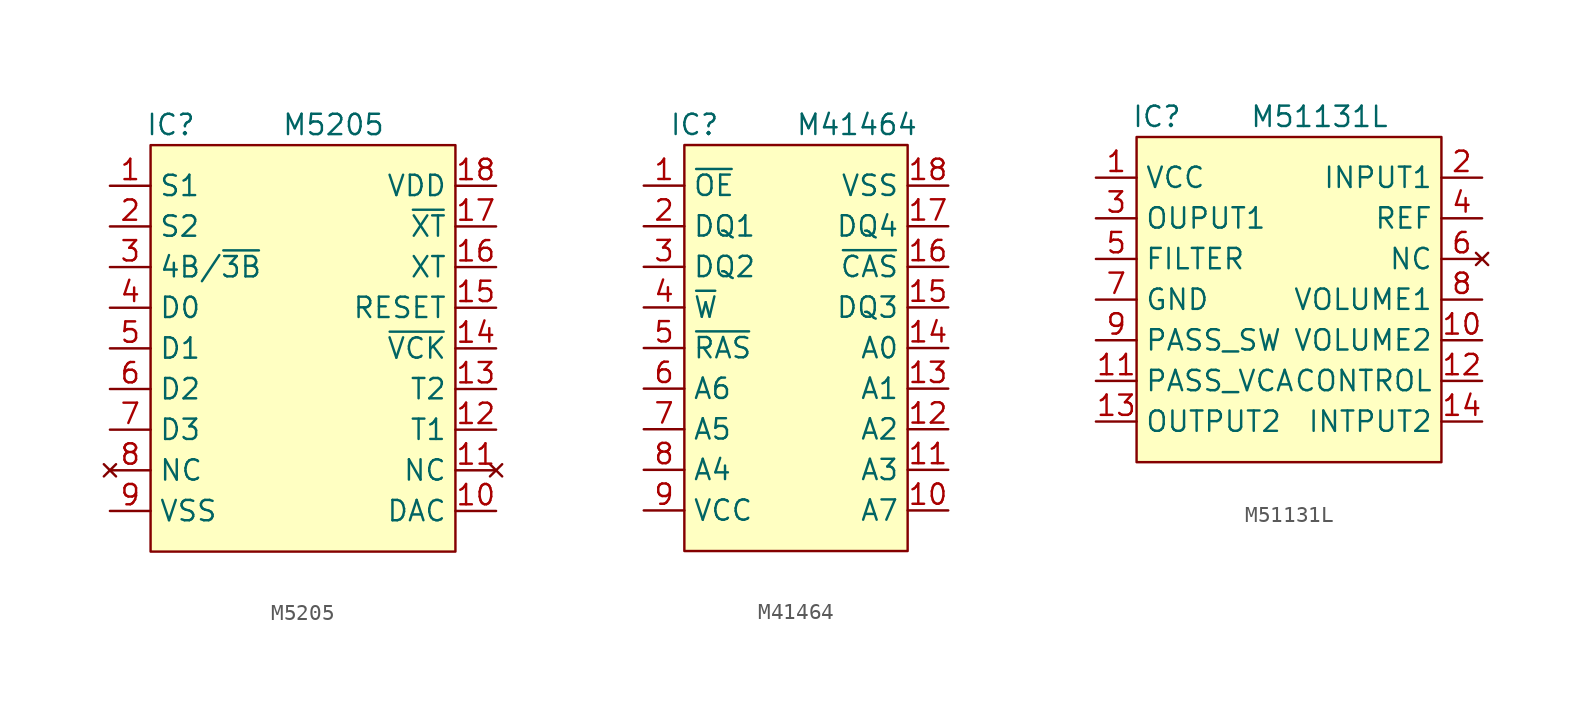
<source format=kicad_sym>
(kicad_symbol_lib
  (version 20241209)
  (generator "kicad_symbol_editor")
  (generator_version "9.0")
  (symbol "M5205"
    (property "Reference" "IC"
      (at 1.27 3.81 0)
      (effects (font (size 1.27 1.27))))
    (property "Value" "M5205"
      (at 11.43 3.81 0)
      (effects (font (size 1.27 1.27))))
    (symbol "M5205_0_1"
      (rectangle (start 19.05 2.54) (end 0 -22.86) (stroke (width 0.152) (type default)) (fill (type background))))
    (symbol "M5205_1_1"
      (pin passive line (at -2.54 0 0) (length 2.54) (name "S1" (effects (font (size 1.27 1.27)))) (number "1" (effects (font (size 1.27 1.27)))))
      (pin passive line (at -2.54 -2.54 0) (length 2.54) (name "S2" (effects (font (size 1.27 1.27)))) (number "2" (effects (font (size 1.27 1.27)))))
      (pin passive line (at -2.54 -5.08 0) (length 2.54) (name "4B/~{3B}" (effects (font (size 1.27 1.27)))) (number "3" (effects (font (size 1.27 1.27)))))
      (pin input line (at -2.54 -7.62 0) (length 2.54) (name "D0" (effects (font (size 1.27 1.27)))) (number "4" (effects (font (size 1.27 1.27)))))
      (pin input line (at -2.54 -10.16 0) (length 2.54) (name "D1" (effects (font (size 1.27 1.27)))) (number "5" (effects (font (size 1.27 1.27)))))
      (pin input line (at -2.54 -12.7 0) (length 2.54) (name "D2" (effects (font (size 1.27 1.27)))) (number "6" (effects (font (size 1.27 1.27)))))
      (pin input line (at -2.54 -15.24 0) (length 2.54) (name "D3" (effects (font (size 1.27 1.27)))) (number "7" (effects (font (size 1.27 1.27)))))
      (pin no_connect line (at -2.54 -17.78 0) (length 2.54) (name "NC" (effects (font (size 1.27 1.27)))) (number "8" (effects (font (size 1.27 1.27)))))
      (pin power_in line (at -2.54 -20.32 0) (length 2.54) (name "VSS" (effects (font (size 1.27 1.27)))) (number "9" (effects (font (size 1.27 1.27)))))
      (pin power_in line (at 21.59 0 180) (length 2.54) (name "VDD" (effects (font (size 1.27 1.27)))) (number "18" (effects (font (size 1.27 1.27)))))
      (pin passive line (at 21.59 -2.54 180) (length 2.54) (name "~{XT}" (effects (font (size 1.27 1.27)))) (number "17" (effects (font (size 1.27 1.27)))))
      (pin passive line (at 21.59 -5.08 180) (length 2.54) (name "XT" (effects (font (size 1.27 1.27)))) (number "16" (effects (font (size 1.27 1.27)))))
      (pin passive line (at 21.59 -7.62 180) (length 2.54) (name "RESET" (effects (font (size 1.27 1.27)))) (number "15" (effects (font (size 1.27 1.27)))))
      (pin passive line (at 21.59 -10.16 180) (length 2.54) (name "~{VCK}" (effects (font (size 1.27 1.27)))) (number "14" (effects (font (size 1.27 1.27)))))
      (pin passive line (at 21.59 -12.7 180) (length 2.54) (name "T2" (effects (font (size 1.27 1.27)))) (number "13" (effects (font (size 1.27 1.27)))))
      (pin passive line (at 21.59 -15.24 180) (length 2.54) (name "T1" (effects (font (size 1.27 1.27)))) (number "12" (effects (font (size 1.27 1.27)))))
      (pin no_connect line (at 21.59 -17.78 180) (length 2.54) (name "NC" (effects (font (size 1.27 1.27)))) (number "11" (effects (font (size 1.27 1.27)))))
      (pin passive line (at 21.59 -20.32 180) (length 2.54) (name "DAC" (effects (font (size 1.27 1.27)))) (number "10" (effects (font (size 1.27 1.27)))))))
  (symbol "M41464"
    (property "Reference" "IC"
      (at 3.175 3.81 0)
      (effects (font (size 1.27 1.27))))
    (property "Value" "M41464"
      (at 13.335 3.81 0)
      (effects (font (size 1.27 1.27))))
    (symbol "M41464_0_1"
      (rectangle (start 2.54 2.54) (end 16.51 -22.86) (stroke (width 0.152) (type default)) (fill (type background))))
    (symbol "M41464_1_1"
      (pin input line (at 0 0 0) (length 2.54) (name "~{OE}" (effects (font (size 1.27 1.27)))) (number "1" (effects (font (size 1.27 1.27)))))
      (pin bidirectional line (at 0 -2.54 0) (length 2.54) (name "DQ1" (effects (font (size 1.27 1.27)))) (number "2" (effects (font (size 1.27 1.27)))))
      (pin bidirectional line (at 0 -5.08 0) (length 2.54) (name "DQ2" (effects (font (size 1.27 1.27)))) (number "3" (effects (font (size 1.27 1.27)))))
      (pin input line (at 0 -7.62 0) (length 2.54) (name "~{W}" (effects (font (size 1.27 1.27)))) (number "4" (effects (font (size 1.27 1.27)))))
      (pin input line (at 0 -10.16 0) (length 2.54) (name "~{RAS}" (effects (font (size 1.27 1.27)))) (number "5" (effects (font (size 1.27 1.27)))))
      (pin input line (at 0 -12.7 0) (length 2.54) (name "A6" (effects (font (size 1.27 1.27)))) (number "6" (effects (font (size 1.27 1.27)))))
      (pin input line (at 0 -15.24 0) (length 2.54) (name "A5" (effects (font (size 1.27 1.27)))) (number "7" (effects (font (size 1.27 1.27)))))
      (pin input line (at 0 -17.78 0) (length 2.54) (name "A4" (effects (font (size 1.27 1.27)))) (number "8" (effects (font (size 1.27 1.27)))))
      (pin power_in line (at 0 -20.32 0) (length 2.54) (name "VCC" (effects (font (size 1.27 1.27)))) (number "9" (effects (font (size 1.27 1.27)))))
      (pin power_in line (at 19.05 0 180) (length 2.54) (name "VSS" (effects (font (size 1.27 1.27)))) (number "18" (effects (font (size 1.27 1.27)))))
      (pin bidirectional line (at 19.05 -2.54 180) (length 2.54) (name "DQ4" (effects (font (size 1.27 1.27)))) (number "17" (effects (font (size 1.27 1.27)))))
      (pin input line (at 19.05 -5.08 180) (length 2.54) (name "~{CAS}" (effects (font (size 1.27 1.27)))) (number "16" (effects (font (size 1.27 1.27)))))
      (pin bidirectional line (at 19.05 -7.62 180) (length 2.54) (name "DQ3" (effects (font (size 1.27 1.27)))) (number "15" (effects (font (size 1.27 1.27)))))
      (pin input line (at 19.05 -10.16 180) (length 2.54) (name "A0" (effects (font (size 1.27 1.27)))) (number "14" (effects (font (size 1.27 1.27)))))
      (pin input line (at 19.05 -12.7 180) (length 2.54) (name "A1" (effects (font (size 1.27 1.27)))) (number "13" (effects (font (size 1.27 1.27)))))
      (pin input line (at 19.05 -15.24 180) (length 2.54) (name "A2" (effects (font (size 1.27 1.27)))) (number "12" (effects (font (size 1.27 1.27)))))
      (pin input line (at 19.05 -17.78 180) (length 2.54) (name "A3" (effects (font (size 1.27 1.27)))) (number "11" (effects (font (size 1.27 1.27)))))
      (pin input line (at 19.05 -20.32 180) (length 2.54) (name "A7" (effects (font (size 1.27 1.27)))) (number "10" (effects (font (size 1.27 1.27)))))))
  (symbol "M51131L"
    (property "Reference" "IC"
      (at 1.27 3.81 0)
      (effects (font (size 1.27 1.27))))
    (property "Value" "M51131L"
      (at 11.43 3.81 0)
      (effects (font (size 1.27 1.27))))
    (symbol "M51131L_0_1"
      (rectangle (start 0 2.54) (end 19.05 -17.78) (stroke (width 0.152) (type default)) (fill (type background))))
    (symbol "M51131L_1_1"
      (pin passive line (at -2.54 0 0) (length 2.54) (name "VCC" (effects (font (size 1.27 1.27)))) (number "1" (effects (font (size 1.27 1.27)))))
      (pin passive line (at -2.54 -2.54 0) (length 2.54) (name "OUPUT1" (effects (font (size 1.27 1.27)))) (number "3" (effects (font (size 1.27 1.27)))))
      (pin passive line (at -2.54 -5.08 0) (length 2.54) (name "FILTER" (effects (font (size 1.27 1.27)))) (number "5" (effects (font (size 1.27 1.27)))))
      (pin passive line (at -2.54 -7.62 0) (length 2.54) (name "GND" (effects (font (size 1.27 1.27)))) (number "7" (effects (font (size 1.27 1.27)))))
      (pin passive line (at -2.54 -10.16 0) (length 2.54) (name "PASS_SW" (effects (font (size 1.27 1.27)))) (number "9" (effects (font (size 1.27 1.27)))))
      (pin passive line (at -2.54 -12.7 0) (length 2.54) (name "PASS_VCA" (effects (font (size 1.27 1.27)))) (number "11" (effects (font (size 1.27 1.27)))))
      (pin passive line (at -2.54 -15.24 0) (length 2.54) (name "OUTPUT2" (effects (font (size 1.27 1.27)))) (number "13" (effects (font (size 1.27 1.27)))))
      (pin passive line (at 21.59 0 180) (length 2.54) (name "INPUT1" (effects (font (size 1.27 1.27)))) (number "2" (effects (font (size 1.27 1.27)))))
      (pin passive line (at 21.59 -2.54 180) (length 2.54) (name "REF" (effects (font (size 1.27 1.27)))) (number "4" (effects (font (size 1.27 1.27)))))
      (pin no_connect line (at 21.59 -5.08 180) (length 2.54) (name "NC" (effects (font (size 1.27 1.27)))) (number "6" (effects (font (size 1.27 1.27)))))
      (pin passive line (at 21.59 -7.62 180) (length 2.54) (name "VOLUME1" (effects (font (size 1.27 1.27)))) (number "8" (effects (font (size 1.27 1.27)))))
      (pin passive line (at 21.59 -10.16 180) (length 2.54) (name "VOLUME2" (effects (font (size 1.27 1.27)))) (number "10" (effects (font (size 1.27 1.27)))))
      (pin passive line (at 21.59 -12.7 180) (length 2.54) (name "CONTROL" (effects (font (size 1.27 1.27)))) (number "12" (effects (font (size 1.27 1.27)))))
      (pin passive line (at 21.59 -15.24 180) (length 2.54) (name "INTPUT2" (effects (font (size 1.27 1.27)))) (number "14" (effects (font (size 1.27 1.27))))))))
</source>
